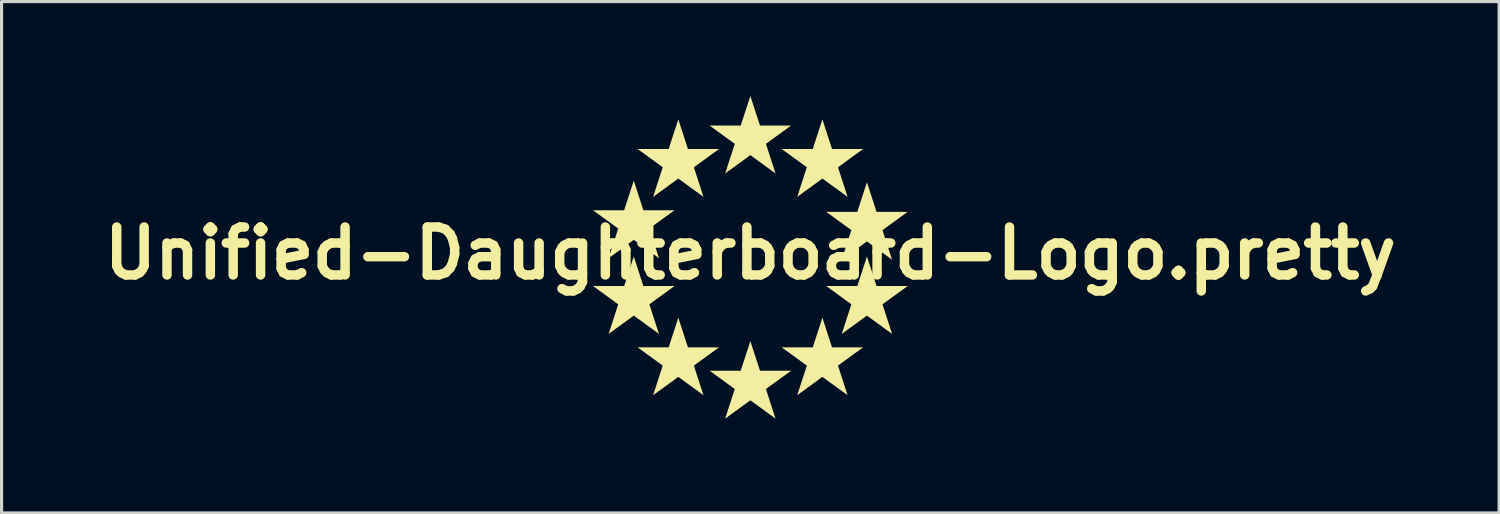
<source format=kicad_pcb>
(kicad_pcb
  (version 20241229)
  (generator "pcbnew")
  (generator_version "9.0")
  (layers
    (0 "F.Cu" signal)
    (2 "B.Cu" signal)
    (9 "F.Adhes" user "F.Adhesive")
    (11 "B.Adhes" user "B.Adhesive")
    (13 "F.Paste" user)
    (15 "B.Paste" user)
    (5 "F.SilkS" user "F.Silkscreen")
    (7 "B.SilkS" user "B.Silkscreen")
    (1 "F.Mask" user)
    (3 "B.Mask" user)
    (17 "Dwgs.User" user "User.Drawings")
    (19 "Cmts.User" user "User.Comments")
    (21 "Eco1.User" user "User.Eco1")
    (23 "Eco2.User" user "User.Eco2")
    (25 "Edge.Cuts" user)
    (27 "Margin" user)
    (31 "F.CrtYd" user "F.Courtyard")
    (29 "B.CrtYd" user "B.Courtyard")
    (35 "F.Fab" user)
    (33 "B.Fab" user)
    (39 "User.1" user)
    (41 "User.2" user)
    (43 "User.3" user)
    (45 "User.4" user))
  (footprint "Unified-Daughterboard-Logo.pretty"
    (layer "F.Cu")
    (at 20.799 5)
    (property "Reference" "Unified-Daughterboard-Logo.pretty" (at 0 0 180) (layer "F.SilkS") (effects (font (size 1.524 1.524) (thickness 0.3))))
    (attr through_hole)
    (fp_poly (pts (xy -3.4 -1.367) (xy -2.411 -1.367) (xy -3.211 -0.786) (xy -2.905 0.155) (xy -3.705 -0.427) (xy -4.505 0.155) (xy -4.2 -0.786) (xy -5 -1.367) (xy -4.011 -1.367) (xy -3.705 -2.308)) (stroke (width 0) (type solid)) (fill yes) (layer "F.SilkS"))
    (fp_poly (pts (xy -3.4 1.041) (xy -2.411 1.041) (xy -3.211 1.622) (xy -2.905 2.563) (xy -3.705 1.981) (xy -4.505 2.563) (xy -4.2 1.622) (xy -5 1.041) (xy -4.011 1.041) (xy -3.705 0.1)) (stroke (width 0) (type solid)) (fill yes) (layer "F.SilkS"))
    (fp_poly (pts (xy -1.984 2.989) (xy -0.995 2.989) (xy -1.795 3.57) (xy -1.49 4.511) (xy -2.29 3.929) (xy -3.09 4.511) (xy -2.785 3.57) (xy -3.585 2.989) (xy -2.596 2.989) (xy -2.29 2.048)) (stroke (width 0) (type solid)) (fill yes) (layer "F.SilkS"))
    (fp_poly (pts (xy -1.984 -3.315) (xy -0.995 -3.315) (xy -1.795 -2.734) (xy -1.49 -1.793) (xy -2.29 -2.375) (xy -3.09 -1.793) (xy -2.785 -2.734) (xy -3.585 -3.315) (xy -2.596 -3.315) (xy -2.29 -4.256)) (stroke (width 0) (type solid)) (fill yes) (layer "F.SilkS"))
    (fp_poly (pts (xy 0.306 -4.059) (xy 1.295 -4.059) (xy 0.495 -3.478) (xy 0.8 -2.537) (xy 0 -3.119) (xy -0.8 -2.537) (xy -0.495 -3.478) (xy -1.295 -4.059) (xy -0.306 -4.059) (xy 0 -5)) (stroke (width 0) (type solid)) (fill yes) (layer "F.SilkS"))
    (fp_poly (pts (xy 0.306 3.733) (xy 1.295 3.733) (xy 0.495 4.314) (xy 0.8 5.255) (xy 0 4.673) (xy -0.8 5.255) (xy -0.495 4.314) (xy -1.295 3.733) (xy -0.306 3.733) (xy 0 2.792)) (stroke (width 0) (type solid)) (fill yes) (layer "F.SilkS"))
    (fp_poly (pts (xy 2.596 -3.315) (xy 3.585 -3.315) (xy 2.785 -2.734) (xy 3.09 -1.793) (xy 2.29 -2.375) (xy 1.49 -1.793) (xy 1.795 -2.734) (xy 0.995 -3.315) (xy 1.984 -3.315) (xy 2.29 -4.256)) (stroke (width 0) (type solid)) (fill yes) (layer "F.SilkS"))
    (fp_poly (pts (xy 2.596 2.989) (xy 3.585 2.989) (xy 2.785 3.57) (xy 3.09 4.511) (xy 2.29 3.929) (xy 1.49 4.511) (xy 1.795 3.57) (xy 0.995 2.989) (xy 1.984 2.989) (xy 2.29 2.048)) (stroke (width 0) (type solid)) (fill yes) (layer "F.SilkS"))
    (fp_poly (pts (xy 4.011 -1.317) (xy 5 -1.317) (xy 4.2 -0.736) (xy 4.505 0.205) (xy 3.705 -0.376) (xy 2.905 0.205) (xy 3.211 -0.736) (xy 2.411 -1.317) (xy 3.4 -1.317) (xy 3.705 -2.258)) (stroke (width 0) (type solid)) (fill yes) (layer "F.SilkS"))
    (fp_poly (pts (xy 4.011 1.041) (xy 5 1.041) (xy 4.2 1.622) (xy 4.505 2.563) (xy 3.705 1.981) (xy 2.905 2.563) (xy 3.211 1.622) (xy 2.411 1.041) (xy 3.4 1.041) (xy 3.705 0.1)) (stroke (width 0) (type solid)) (fill yes) (layer "F.SilkS")))
  (gr_rect
    (start -3 -3)
    (end 44.598 13.255)
    (stroke (width 0.1) (type default))
    (fill no)
    (layer "Edge.Cuts")))
</source>
